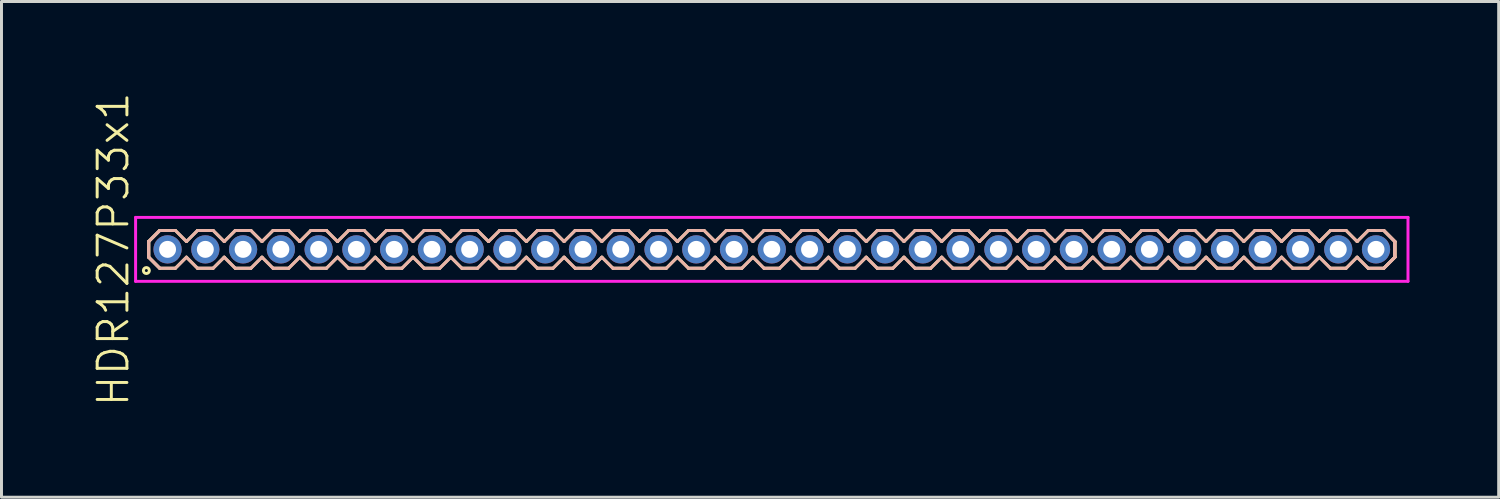
<source format=kicad_pcb>
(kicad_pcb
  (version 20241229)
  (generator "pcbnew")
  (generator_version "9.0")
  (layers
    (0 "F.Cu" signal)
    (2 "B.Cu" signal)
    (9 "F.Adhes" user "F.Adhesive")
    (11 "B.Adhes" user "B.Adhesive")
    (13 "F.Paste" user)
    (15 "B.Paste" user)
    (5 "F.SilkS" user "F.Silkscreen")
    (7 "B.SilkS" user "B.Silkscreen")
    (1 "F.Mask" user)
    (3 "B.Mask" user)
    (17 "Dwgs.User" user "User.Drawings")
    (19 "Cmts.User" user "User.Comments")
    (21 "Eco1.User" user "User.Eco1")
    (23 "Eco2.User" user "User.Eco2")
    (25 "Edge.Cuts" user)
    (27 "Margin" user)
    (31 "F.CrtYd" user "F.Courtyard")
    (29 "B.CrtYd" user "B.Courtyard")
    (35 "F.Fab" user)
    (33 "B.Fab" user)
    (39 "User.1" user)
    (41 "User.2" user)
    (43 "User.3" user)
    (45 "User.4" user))
  (footprint "HDR127P33x1"
    (layer "F.Cu")
    (at 22.905 5.336)
    (property "Reference" "HDR127P33x1" (at -22.145 0 90) (layer "F.SilkS") (effects (font (size 1 1) (thickness 0.1))))
    (attr through_hole)
    (fp_line (start -20.955 -0.263) (end -20.583 -0.635) (stroke (width 0.1) (type solid)) (layer "F.SilkS"))
    (fp_line (start -20.955 -0.263) (end -20.583 -0.635) (stroke (width 0.1) (type solid)) (layer "F.SilkS"))
    (fp_line (start -20.955 0.263) (end -20.955 -0.263) (stroke (width 0.1) (type solid)) (layer "F.SilkS"))
    (fp_line (start -20.955 0.263) (end -20.955 -0.263) (stroke (width 0.1) (type solid)) (layer "F.SilkS"))
    (fp_line (start -20.583 -0.635) (end -20.057 -0.635) (stroke (width 0.1) (type solid)) (layer "F.SilkS"))
    (fp_line (start -20.583 0.635) (end -20.955 0.263) (stroke (width 0.1) (type solid)) (layer "F.SilkS"))
    (fp_line (start -20.583 0.635) (end -20.955 0.263) (stroke (width 0.1) (type solid)) (layer "F.SilkS"))
    (fp_line (start -20.057 -0.635) (end -19.685 -0.263) (stroke (width 0.1) (type solid)) (layer "F.SilkS"))
    (fp_line (start -20.057 0.635) (end -20.583 0.635) (stroke (width 0.1) (type solid)) (layer "F.SilkS"))
    (fp_line (start -19.685 -0.263) (end -19.313 -0.635) (stroke (width 0.1) (type solid)) (layer "F.SilkS"))
    (fp_line (start -19.685 0.263) (end -20.057 0.635) (stroke (width 0.1) (type solid)) (layer "F.SilkS"))
    (fp_line (start -19.313 -0.635) (end -18.787 -0.635) (stroke (width 0.1) (type solid)) (layer "F.SilkS"))
    (fp_line (start -19.313 0.635) (end -19.685 0.263) (stroke (width 0.1) (type solid)) (layer "F.SilkS"))
    (fp_line (start -18.787 -0.635) (end -18.415 -0.263) (stroke (width 0.1) (type solid)) (layer "F.SilkS"))
    (fp_line (start -18.787 0.635) (end -19.313 0.635) (stroke (width 0.1) (type solid)) (layer "F.SilkS"))
    (fp_line (start -18.415 -0.263) (end -18.043 -0.635) (stroke (width 0.1) (type solid)) (layer "F.SilkS"))
    (fp_line (start -18.415 0.263) (end -18.787 0.635) (stroke (width 0.1) (type solid)) (layer "F.SilkS"))
    (fp_line (start -18.043 -0.635) (end -17.517 -0.635) (stroke (width 0.1) (type solid)) (layer "F.SilkS"))
    (fp_line (start -18.043 0.635) (end -18.415 0.263) (stroke (width 0.1) (type solid)) (layer "F.SilkS"))
    (fp_line (start -17.517 -0.635) (end -17.145 -0.263) (stroke (width 0.1) (type solid)) (layer "F.SilkS"))
    (fp_line (start -17.517 0.635) (end -18.043 0.635) (stroke (width 0.1) (type solid)) (layer "F.SilkS"))
    (fp_line (start -17.145 -0.263) (end -16.773 -0.635) (stroke (width 0.1) (type solid)) (layer "F.SilkS"))
    (fp_line (start -17.145 0.263) (end -17.517 0.635) (stroke (width 0.1) (type solid)) (layer "F.SilkS"))
    (fp_line (start -16.773 -0.635) (end -16.247 -0.635) (stroke (width 0.1) (type solid)) (layer "F.SilkS"))
    (fp_line (start -16.773 0.635) (end -17.145 0.263) (stroke (width 0.1) (type solid)) (layer "F.SilkS"))
    (fp_line (start -16.247 -0.635) (end -15.875 -0.263) (stroke (width 0.1) (type solid)) (layer "F.SilkS"))
    (fp_line (start -16.247 0.635) (end -16.773 0.635) (stroke (width 0.1) (type solid)) (layer "F.SilkS"))
    (fp_line (start -15.875 -0.263) (end -15.503 -0.635) (stroke (width 0.1) (type solid)) (layer "F.SilkS"))
    (fp_line (start -15.875 0.263) (end -16.247 0.635) (stroke (width 0.1) (type solid)) (layer "F.SilkS"))
    (fp_line (start -15.503 -0.635) (end -14.977 -0.635) (stroke (width 0.1) (type solid)) (layer "F.SilkS"))
    (fp_line (start -15.503 0.635) (end -15.875 0.263) (stroke (width 0.1) (type solid)) (layer "F.SilkS"))
    (fp_line (start -14.977 -0.635) (end -14.605 -0.263) (stroke (width 0.1) (type solid)) (layer "F.SilkS"))
    (fp_line (start -14.977 0.635) (end -15.503 0.635) (stroke (width 0.1) (type solid)) (layer "F.SilkS"))
    (fp_line (start -14.605 -0.263) (end -14.233 -0.635) (stroke (width 0.1) (type solid)) (layer "F.SilkS"))
    (fp_line (start -14.605 0.263) (end -14.977 0.635) (stroke (width 0.1) (type solid)) (layer "F.SilkS"))
    (fp_line (start -14.233 -0.635) (end -13.707 -0.635) (stroke (width 0.1) (type solid)) (layer "F.SilkS"))
    (fp_line (start -14.233 0.635) (end -14.605 0.263) (stroke (width 0.1) (type solid)) (layer "F.SilkS"))
    (fp_line (start -13.707 -0.635) (end -13.335 -0.263) (stroke (width 0.1) (type solid)) (layer "F.SilkS"))
    (fp_line (start -13.707 0.635) (end -14.233 0.635) (stroke (width 0.1) (type solid)) (layer "F.SilkS"))
    (fp_line (start -13.335 -0.263) (end -12.963 -0.635) (stroke (width 0.1) (type solid)) (layer "F.SilkS"))
    (fp_line (start -13.335 0.263) (end -13.707 0.635) (stroke (width 0.1) (type solid)) (layer "F.SilkS"))
    (fp_line (start -12.963 -0.635) (end -12.437 -0.635) (stroke (width 0.1) (type solid)) (layer "F.SilkS"))
    (fp_line (start -12.963 0.635) (end -13.335 0.263) (stroke (width 0.1) (type solid)) (layer "F.SilkS"))
    (fp_line (start -12.437 -0.635) (end -12.065 -0.263) (stroke (width 0.1) (type solid)) (layer "F.SilkS"))
    (fp_line (start -12.437 0.635) (end -12.963 0.635) (stroke (width 0.1) (type solid)) (layer "F.SilkS"))
    (fp_line (start -12.065 -0.263) (end -11.693 -0.635) (stroke (width 0.1) (type solid)) (layer "F.SilkS"))
    (fp_line (start -12.065 0.263) (end -12.437 0.635) (stroke (width 0.1) (type solid)) (layer "F.SilkS"))
    (fp_line (start -11.693 -0.635) (end -11.167 -0.635) (stroke (width 0.1) (type solid)) (layer "F.SilkS"))
    (fp_line (start -11.693 0.635) (end -12.065 0.263) (stroke (width 0.1) (type solid)) (layer "F.SilkS"))
    (fp_line (start -11.167 -0.635) (end -10.795 -0.263) (stroke (width 0.1) (type solid)) (layer "F.SilkS"))
    (fp_line (start -11.167 0.635) (end -11.693 0.635) (stroke (width 0.1) (type solid)) (layer "F.SilkS"))
    (fp_line (start -10.795 -0.263) (end -10.423 -0.635) (stroke (width 0.1) (type solid)) (layer "F.SilkS"))
    (fp_line (start -10.795 0.263) (end -11.167 0.635) (stroke (width 0.1) (type solid)) (layer "F.SilkS"))
    (fp_line (start -10.423 -0.635) (end -9.897 -0.635) (stroke (width 0.1) (type solid)) (layer "F.SilkS"))
    (fp_line (start -10.423 0.635) (end -10.795 0.263) (stroke (width 0.1) (type solid)) (layer "F.SilkS"))
    (fp_line (start -9.897 -0.635) (end -9.525 -0.263) (stroke (width 0.1) (type solid)) (layer "F.SilkS"))
    (fp_line (start -9.897 0.635) (end -10.423 0.635) (stroke (width 0.1) (type solid)) (layer "F.SilkS"))
    (fp_line (start -9.525 -0.263) (end -9.153 -0.635) (stroke (width 0.1) (type solid)) (layer "F.SilkS"))
    (fp_line (start -9.525 0.263) (end -9.897 0.635) (stroke (width 0.1) (type solid)) (layer "F.SilkS"))
    (fp_line (start -9.153 -0.635) (end -8.627 -0.635) (stroke (width 0.1) (type solid)) (layer "F.SilkS"))
    (fp_line (start -9.153 0.635) (end -9.525 0.263) (stroke (width 0.1) (type solid)) (layer "F.SilkS"))
    (fp_line (start -8.627 -0.635) (end -8.255 -0.263) (stroke (width 0.1) (type solid)) (layer "F.SilkS"))
    (fp_line (start -8.627 0.635) (end -9.153 0.635) (stroke (width 0.1) (type solid)) (layer "F.SilkS"))
    (fp_line (start -8.255 -0.263) (end -7.883 -0.635) (stroke (width 0.1) (type solid)) (layer "F.SilkS"))
    (fp_line (start -8.255 0.263) (end -8.627 0.635) (stroke (width 0.1) (type solid)) (layer "F.SilkS"))
    (fp_line (start -7.883 -0.635) (end -7.357 -0.635) (stroke (width 0.1) (type solid)) (layer "F.SilkS"))
    (fp_line (start -7.883 0.635) (end -8.255 0.263) (stroke (width 0.1) (type solid)) (layer "F.SilkS"))
    (fp_line (start -7.357 -0.635) (end -6.985 -0.263) (stroke (width 0.1) (type solid)) (layer "F.SilkS"))
    (fp_line (start -7.357 0.635) (end -7.883 0.635) (stroke (width 0.1) (type solid)) (layer "F.SilkS"))
    (fp_line (start -6.985 -0.263) (end -6.613 -0.635) (stroke (width 0.1) (type solid)) (layer "F.SilkS"))
    (fp_line (start -6.985 0.263) (end -7.357 0.635) (stroke (width 0.1) (type solid)) (layer "F.SilkS"))
    (fp_line (start -6.613 -0.635) (end -6.087 -0.635) (stroke (width 0.1) (type solid)) (layer "F.SilkS"))
    (fp_line (start -6.613 0.635) (end -6.985 0.263) (stroke (width 0.1) (type solid)) (layer "F.SilkS"))
    (fp_line (start -6.087 -0.635) (end -5.715 -0.263) (stroke (width 0.1) (type solid)) (layer "F.SilkS"))
    (fp_line (start -6.087 0.635) (end -6.613 0.635) (stroke (width 0.1) (type solid)) (layer "F.SilkS"))
    (fp_line (start -5.715 -0.263) (end -5.343 -0.635) (stroke (width 0.1) (type solid)) (layer "F.SilkS"))
    (fp_line (start -5.715 0.263) (end -6.087 0.635) (stroke (width 0.1) (type solid)) (layer "F.SilkS"))
    (fp_line (start -5.343 -0.635) (end -4.817 -0.635) (stroke (width 0.1) (type solid)) (layer "F.SilkS"))
    (fp_line (start -5.343 0.635) (end -5.715 0.263) (stroke (width 0.1) (type solid)) (layer "F.SilkS"))
    (fp_line (start -4.817 -0.635) (end -4.445 -0.263) (stroke (width 0.1) (type solid)) (layer "F.SilkS"))
    (fp_line (start -4.817 0.635) (end -5.343 0.635) (stroke (width 0.1) (type solid)) (layer "F.SilkS"))
    (fp_line (start -4.445 -0.263) (end -4.073 -0.635) (stroke (width 0.1) (type solid)) (layer "F.SilkS"))
    (fp_line (start -4.445 0.263) (end -4.817 0.635) (stroke (width 0.1) (type solid)) (layer "F.SilkS"))
    (fp_line (start -4.073 -0.635) (end -3.547 -0.635) (stroke (width 0.1) (type solid)) (layer "F.SilkS"))
    (fp_line (start -4.073 0.635) (end -4.445 0.263) (stroke (width 0.1) (type solid)) (layer "F.SilkS"))
    (fp_line (start -3.547 -0.635) (end -3.175 -0.263) (stroke (width 0.1) (type solid)) (layer "F.SilkS"))
    (fp_line (start -3.547 0.635) (end -4.073 0.635) (stroke (width 0.1) (type solid)) (layer "F.SilkS"))
    (fp_line (start -3.175 -0.263) (end -2.803 -0.635) (stroke (width 0.1) (type solid)) (layer "F.SilkS"))
    (fp_line (start -3.175 0.263) (end -3.547 0.635) (stroke (width 0.1) (type solid)) (layer "F.SilkS"))
    (fp_line (start -2.803 -0.635) (end -2.277 -0.635) (stroke (width 0.1) (type solid)) (layer "F.SilkS"))
    (fp_line (start -2.803 0.635) (end -3.175 0.263) (stroke (width 0.1) (type solid)) (layer "F.SilkS"))
    (fp_line (start -2.277 -0.635) (end -1.905 -0.263) (stroke (width 0.1) (type solid)) (layer "F.SilkS"))
    (fp_line (start -2.277 0.635) (end -2.803 0.635) (stroke (width 0.1) (type solid)) (layer "F.SilkS"))
    (fp_line (start -1.905 -0.263) (end -1.533 -0.635) (stroke (width 0.1) (type solid)) (layer "F.SilkS"))
    (fp_line (start -1.905 0.263) (end -2.277 0.635) (stroke (width 0.1) (type solid)) (layer "F.SilkS"))
    (fp_line (start -1.533 -0.635) (end -1.007 -0.635) (stroke (width 0.1) (type solid)) (layer "F.SilkS"))
    (fp_line (start -1.533 0.635) (end -1.905 0.263) (stroke (width 0.1) (type solid)) (layer "F.SilkS"))
    (fp_line (start -1.007 -0.635) (end -0.635 -0.263) (stroke (width 0.1) (type solid)) (layer "F.SilkS"))
    (fp_line (start -1.007 0.635) (end -1.533 0.635) (stroke (width 0.1) (type solid)) (layer "F.SilkS"))
    (fp_line (start -0.635 -0.263) (end -0.263 -0.635) (stroke (width 0.1) (type solid)) (layer "F.SilkS"))
    (fp_line (start -0.635 0.263) (end -1.007 0.635) (stroke (width 0.1) (type solid)) (layer "F.SilkS"))
    (fp_line (start -0.263 -0.635) (end 0.263 -0.635) (stroke (width 0.1) (type solid)) (layer "F.SilkS"))
    (fp_line (start -0.263 0.635) (end -0.635 0.263) (stroke (width 0.1) (type solid)) (layer "F.SilkS"))
    (fp_line (start 0.263 -0.635) (end 0.635 -0.263) (stroke (width 0.1) (type solid)) (layer "F.SilkS"))
    (fp_line (start 0.263 0.635) (end -0.263 0.635) (stroke (width 0.1) (type solid)) (layer "F.SilkS"))
    (fp_line (start 0.635 -0.263) (end 1.007 -0.635) (stroke (width 0.1) (type solid)) (layer "F.SilkS"))
    (fp_line (start 0.635 0.263) (end 0.263 0.635) (stroke (width 0.1) (type solid)) (layer "F.SilkS"))
    (fp_line (start 1.007 -0.635) (end 1.533 -0.635) (stroke (width 0.1) (type solid)) (layer "F.SilkS"))
    (fp_line (start 1.007 0.635) (end 0.635 0.263) (stroke (width 0.1) (type solid)) (layer "F.SilkS"))
    (fp_line (start 1.533 -0.635) (end 1.905 -0.263) (stroke (width 0.1) (type solid)) (layer "F.SilkS"))
    (fp_line (start 1.533 0.635) (end 1.007 0.635) (stroke (width 0.1) (type solid)) (layer "F.SilkS"))
    (fp_line (start 1.905 -0.263) (end 2.277 -0.635) (stroke (width 0.1) (type solid)) (layer "F.SilkS"))
    (fp_line (start 1.905 0.263) (end 1.533 0.635) (stroke (width 0.1) (type solid)) (layer "F.SilkS"))
    (fp_line (start 2.277 -0.635) (end 2.803 -0.635) (stroke (width 0.1) (type solid)) (layer "F.SilkS"))
    (fp_line (start 2.277 0.635) (end 1.905 0.263) (stroke (width 0.1) (type solid)) (layer "F.SilkS"))
    (fp_line (start 2.803 -0.635) (end 3.175 -0.263) (stroke (width 0.1) (type solid)) (layer "F.SilkS"))
    (fp_line (start 2.803 0.635) (end 2.277 0.635) (stroke (width 0.1) (type solid)) (layer "F.SilkS"))
    (fp_line (start 3.175 -0.263) (end 3.547 -0.635) (stroke (width 0.1) (type solid)) (layer "F.SilkS"))
    (fp_line (start 3.175 0.263) (end 2.803 0.635) (stroke (width 0.1) (type solid)) (layer "F.SilkS"))
    (fp_line (start 3.547 -0.635) (end 4.073 -0.635) (stroke (width 0.1) (type solid)) (layer "F.SilkS"))
    (fp_line (start 3.547 0.635) (end 3.175 0.263) (stroke (width 0.1) (type solid)) (layer "F.SilkS"))
    (fp_line (start 4.073 -0.635) (end 4.445 -0.263) (stroke (width 0.1) (type solid)) (layer "F.SilkS"))
    (fp_line (start 4.073 0.635) (end 3.547 0.635) (stroke (width 0.1) (type solid)) (layer "F.SilkS"))
    (fp_line (start 4.445 -0.263) (end 4.817 -0.635) (stroke (width 0.1) (type solid)) (layer "F.SilkS"))
    (fp_line (start 4.445 0.263) (end 4.073 0.635) (stroke (width 0.1) (type solid)) (layer "F.SilkS"))
    (fp_line (start 4.817 -0.635) (end 5.343 -0.635) (stroke (width 0.1) (type solid)) (layer "F.SilkS"))
    (fp_line (start 4.817 0.635) (end 4.445 0.263) (stroke (width 0.1) (type solid)) (layer "F.SilkS"))
    (fp_line (start 5.343 -0.635) (end 5.715 -0.263) (stroke (width 0.1) (type solid)) (layer "F.SilkS"))
    (fp_line (start 5.343 0.635) (end 4.817 0.635) (stroke (width 0.1) (type solid)) (layer "F.SilkS"))
    (fp_line (start 5.715 -0.263) (end 6.087 -0.635) (stroke (width 0.1) (type solid)) (layer "F.SilkS"))
    (fp_line (start 5.715 0.263) (end 5.343 0.635) (stroke (width 0.1) (type solid)) (layer "F.SilkS"))
    (fp_line (start 6.087 -0.635) (end 6.613 -0.635) (stroke (width 0.1) (type solid)) (layer "F.SilkS"))
    (fp_line (start 6.087 0.635) (end 5.715 0.263) (stroke (width 0.1) (type solid)) (layer "F.SilkS"))
    (fp_line (start 6.613 -0.635) (end 6.985 -0.263) (stroke (width 0.1) (type solid)) (layer "F.SilkS"))
    (fp_line (start 6.613 0.635) (end 6.087 0.635) (stroke (width 0.1) (type solid)) (layer "F.SilkS"))
    (fp_line (start 6.985 -0.263) (end 7.357 -0.635) (stroke (width 0.1) (type solid)) (layer "F.SilkS"))
    (fp_line (start 6.985 0.263) (end 6.613 0.635) (stroke (width 0.1) (type solid)) (layer "F.SilkS"))
    (fp_line (start 7.357 -0.635) (end 7.883 -0.635) (stroke (width 0.1) (type solid)) (layer "F.SilkS"))
    (fp_line (start 7.357 0.635) (end 6.985 0.263) (stroke (width 0.1) (type solid)) (layer "F.SilkS"))
    (fp_line (start 7.883 -0.635) (end 8.255 -0.263) (stroke (width 0.1) (type solid)) (layer "F.SilkS"))
    (fp_line (start 7.883 0.635) (end 7.357 0.635) (stroke (width 0.1) (type solid)) (layer "F.SilkS"))
    (fp_line (start 8.255 -0.263) (end 8.627 -0.635) (stroke (width 0.1) (type solid)) (layer "F.SilkS"))
    (fp_line (start 8.255 0.263) (end 7.883 0.635) (stroke (width 0.1) (type solid)) (layer "F.SilkS"))
    (fp_line (start 8.627 -0.635) (end 9.153 -0.635) (stroke (width 0.1) (type solid)) (layer "F.SilkS"))
    (fp_line (start 8.627 0.635) (end 8.255 0.263) (stroke (width 0.1) (type solid)) (layer "F.SilkS"))
    (fp_line (start 9.153 -0.635) (end 9.525 -0.263) (stroke (width 0.1) (type solid)) (layer "F.SilkS"))
    (fp_line (start 9.153 0.635) (end 8.627 0.635) (stroke (width 0.1) (type solid)) (layer "F.SilkS"))
    (fp_line (start 9.525 -0.263) (end 9.897 -0.635) (stroke (width 0.1) (type solid)) (layer "F.SilkS"))
    (fp_line (start 9.525 0.263) (end 9.153 0.635) (stroke (width 0.1) (type solid)) (layer "F.SilkS"))
    (fp_line (start 9.897 -0.635) (end 10.423 -0.635) (stroke (width 0.1) (type solid)) (layer "F.SilkS"))
    (fp_line (start 9.897 0.635) (end 9.525 0.263) (stroke (width 0.1) (type solid)) (layer "F.SilkS"))
    (fp_line (start 10.423 -0.635) (end 10.795 -0.263) (stroke (width 0.1) (type solid)) (layer "F.SilkS"))
    (fp_line (start 10.423 0.635) (end 9.897 0.635) (stroke (width 0.1) (type solid)) (layer "F.SilkS"))
    (fp_line (start 10.795 -0.263) (end 11.167 -0.635) (stroke (width 0.1) (type solid)) (layer "F.SilkS"))
    (fp_line (start 10.795 0.263) (end 10.423 0.635) (stroke (width 0.1) (type solid)) (layer "F.SilkS"))
    (fp_line (start 11.167 -0.635) (end 11.693 -0.635) (stroke (width 0.1) (type solid)) (layer "F.SilkS"))
    (fp_line (start 11.167 0.635) (end 10.795 0.263) (stroke (width 0.1) (type solid)) (layer "F.SilkS"))
    (fp_line (start 11.693 -0.635) (end 12.065 -0.263) (stroke (width 0.1) (type solid)) (layer "F.SilkS"))
    (fp_line (start 11.693 0.635) (end 11.167 0.635) (stroke (width 0.1) (type solid)) (layer "F.SilkS"))
    (fp_line (start 12.065 -0.263) (end 12.437 -0.635) (stroke (width 0.1) (type solid)) (layer "F.SilkS"))
    (fp_line (start 12.065 0.263) (end 11.693 0.635) (stroke (width 0.1) (type solid)) (layer "F.SilkS"))
    (fp_line (start 12.437 -0.635) (end 12.963 -0.635) (stroke (width 0.1) (type solid)) (layer "F.SilkS"))
    (fp_line (start 12.437 0.635) (end 12.065 0.263) (stroke (width 0.1) (type solid)) (layer "F.SilkS"))
    (fp_line (start 12.963 -0.635) (end 13.335 -0.263) (stroke (width 0.1) (type solid)) (layer "F.SilkS"))
    (fp_line (start 12.963 0.635) (end 12.437 0.635) (stroke (width 0.1) (type solid)) (layer "F.SilkS"))
    (fp_line (start 13.335 -0.263) (end 13.707 -0.635) (stroke (width 0.1) (type solid)) (layer "F.SilkS"))
    (fp_line (start 13.335 0.263) (end 12.963 0.635) (stroke (width 0.1) (type solid)) (layer "F.SilkS"))
    (fp_line (start 13.707 -0.635) (end 14.233 -0.635) (stroke (width 0.1) (type solid)) (layer "F.SilkS"))
    (fp_line (start 13.707 0.635) (end 13.335 0.263) (stroke (width 0.1) (type solid)) (layer "F.SilkS"))
    (fp_line (start 14.233 -0.635) (end 14.605 -0.263) (stroke (width 0.1) (type solid)) (layer "F.SilkS"))
    (fp_line (start 14.233 0.635) (end 13.707 0.635) (stroke (width 0.1) (type solid)) (layer "F.SilkS"))
    (fp_line (start 14.605 -0.263) (end 14.977 -0.635) (stroke (width 0.1) (type solid)) (layer "F.SilkS"))
    (fp_line (start 14.605 0.263) (end 14.233 0.635) (stroke (width 0.1) (type solid)) (layer "F.SilkS"))
    (fp_line (start 14.977 -0.635) (end 15.503 -0.635) (stroke (width 0.1) (type solid)) (layer "F.SilkS"))
    (fp_line (start 14.977 0.635) (end 14.605 0.263) (stroke (width 0.1) (type solid)) (layer "F.SilkS"))
    (fp_line (start 15.503 -0.635) (end 15.875 -0.263) (stroke (width 0.1) (type solid)) (layer "F.SilkS"))
    (fp_line (start 15.503 0.635) (end 14.977 0.635) (stroke (width 0.1) (type solid)) (layer "F.SilkS"))
    (fp_line (start 15.875 -0.263) (end 16.247 -0.635) (stroke (width 0.1) (type solid)) (layer "F.SilkS"))
    (fp_line (start 15.875 0.263) (end 15.503 0.635) (stroke (width 0.1) (type solid)) (layer "F.SilkS"))
    (fp_line (start 16.247 -0.635) (end 16.773 -0.635) (stroke (width 0.1) (type solid)) (layer "F.SilkS"))
    (fp_line (start 16.247 0.635) (end 15.875 0.263) (stroke (width 0.1) (type solid)) (layer "F.SilkS"))
    (fp_line (start 16.773 -0.635) (end 17.145 -0.263) (stroke (width 0.1) (type solid)) (layer "F.SilkS"))
    (fp_line (start 16.773 0.635) (end 16.247 0.635) (stroke (width 0.1) (type solid)) (layer "F.SilkS"))
    (fp_line (start 17.145 -0.263) (end 17.517 -0.635) (stroke (width 0.1) (type solid)) (layer "F.SilkS"))
    (fp_line (start 17.145 0.263) (end 16.773 0.635) (stroke (width 0.1) (type solid)) (layer "F.SilkS"))
    (fp_line (start 17.517 -0.635) (end 18.043 -0.635) (stroke (width 0.1) (type solid)) (layer "F.SilkS"))
    (fp_line (start 17.517 0.635) (end 17.145 0.263) (stroke (width 0.1) (type solid)) (layer "F.SilkS"))
    (fp_line (start 18.043 -0.635) (end 18.415 -0.263) (stroke (width 0.1) (type solid)) (layer "F.SilkS"))
    (fp_line (start 18.043 0.635) (end 17.517 0.635) (stroke (width 0.1) (type solid)) (layer "F.SilkS"))
    (fp_line (start 18.415 -0.263) (end 18.787 -0.635) (stroke (width 0.1) (type solid)) (layer "F.SilkS"))
    (fp_line (start 18.415 0.263) (end 18.043 0.635) (stroke (width 0.1) (type solid)) (layer "F.SilkS"))
    (fp_line (start 18.787 -0.635) (end 19.313 -0.635) (stroke (width 0.1) (type solid)) (layer "F.SilkS"))
    (fp_line (start 18.787 0.635) (end 18.415 0.263) (stroke (width 0.1) (type solid)) (layer "F.SilkS"))
    (fp_line (start 19.313 -0.635) (end 19.685 -0.263) (stroke (width 0.1) (type solid)) (layer "F.SilkS"))
    (fp_line (start 19.313 0.635) (end 18.787 0.635) (stroke (width 0.1) (type solid)) (layer "F.SilkS"))
    (fp_line (start 19.685 -0.263) (end 20.057 -0.635) (stroke (width 0.1) (type solid)) (layer "F.SilkS"))
    (fp_line (start 19.685 0.263) (end 19.313 0.635) (stroke (width 0.1) (type solid)) (layer "F.SilkS"))
    (fp_line (start 20.057 -0.635) (end 20.583 -0.635) (stroke (width 0.1) (type solid)) (layer "F.SilkS"))
    (fp_line (start 20.057 0.635) (end 19.685 0.263) (stroke (width 0.1) (type solid)) (layer "F.SilkS"))
    (fp_line (start 20.583 -0.635) (end 20.955 -0.263) (stroke (width 0.1) (type solid)) (layer "F.SilkS"))
    (fp_line (start 20.583 -0.635) (end 20.955 -0.263) (stroke (width 0.1) (type solid)) (layer "F.SilkS"))
    (fp_line (start 20.583 0.635) (end 20.057 0.635) (stroke (width 0.1) (type solid)) (layer "F.SilkS"))
    (fp_line (start 20.955 -0.263) (end 20.955 0.263) (stroke (width 0.1) (type solid)) (layer "F.SilkS"))
    (fp_line (start 20.955 -0.263) (end 20.955 0.263) (stroke (width 0.1) (type solid)) (layer "F.SilkS"))
    (fp_line (start 20.955 0.263) (end 20.583 0.635) (stroke (width 0.1) (type solid)) (layer "F.SilkS"))
    (fp_line (start 20.955 0.263) (end 20.583 0.635) (stroke (width 0.1) (type solid)) (layer "F.SilkS"))
    (fp_circle (center -21.033 0.712) (end -20.933 0.712) (stroke (width 0.1) (type solid)) (fill no) (layer "F.SilkS"))
    (fp_line (start -20.955 -0.263) (end -20.583 -0.635) (stroke (width 0.1) (type solid)) (layer "B.SilkS"))
    (fp_line (start -20.955 -0.263) (end -20.583 -0.635) (stroke (width 0.1) (type solid)) (layer "B.SilkS"))
    (fp_line (start -20.955 0.263) (end -20.955 -0.263) (stroke (width 0.1) (type solid)) (layer "B.SilkS"))
    (fp_line (start -20.955 0.263) (end -20.955 -0.263) (stroke (width 0.1) (type solid)) (layer "B.SilkS"))
    (fp_line (start -20.583 -0.635) (end -20.057 -0.635) (stroke (width 0.1) (type solid)) (layer "B.SilkS"))
    (fp_line (start -20.583 0.635) (end -20.955 0.263) (stroke (width 0.1) (type solid)) (layer "B.SilkS"))
    (fp_line (start -20.583 0.635) (end -20.955 0.263) (stroke (width 0.1) (type solid)) (layer "B.SilkS"))
    (fp_line (start -20.057 -0.635) (end -19.685 -0.263) (stroke (width 0.1) (type solid)) (layer "B.SilkS"))
    (fp_line (start -20.057 0.635) (end -20.583 0.635) (stroke (width 0.1) (type solid)) (layer "B.SilkS"))
    (fp_line (start -19.685 -0.263) (end -19.313 -0.635) (stroke (width 0.1) (type solid)) (layer "B.SilkS"))
    (fp_line (start -19.685 0.263) (end -20.057 0.635) (stroke (width 0.1) (type solid)) (layer "B.SilkS"))
    (fp_line (start -19.313 -0.635) (end -18.787 -0.635) (stroke (width 0.1) (type solid)) (layer "B.SilkS"))
    (fp_line (start -19.313 0.635) (end -19.685 0.263) (stroke (width 0.1) (type solid)) (layer "B.SilkS"))
    (fp_line (start -18.787 -0.635) (end -18.415 -0.263) (stroke (width 0.1) (type solid)) (layer "B.SilkS"))
    (fp_line (start -18.787 0.635) (end -19.313 0.635) (stroke (width 0.1) (type solid)) (layer "B.SilkS"))
    (fp_line (start -18.415 -0.263) (end -18.043 -0.635) (stroke (width 0.1) (type solid)) (layer "B.SilkS"))
    (fp_line (start -18.415 0.263) (end -18.787 0.635) (stroke (width 0.1) (type solid)) (layer "B.SilkS"))
    (fp_line (start -18.043 -0.635) (end -17.517 -0.635) (stroke (width 0.1) (type solid)) (layer "B.SilkS"))
    (fp_line (start -18.043 0.635) (end -18.415 0.263) (stroke (width 0.1) (type solid)) (layer "B.SilkS"))
    (fp_line (start -17.517 -0.635) (end -17.145 -0.263) (stroke (width 0.1) (type solid)) (layer "B.SilkS"))
    (fp_line (start -17.517 0.635) (end -18.043 0.635) (stroke (width 0.1) (type solid)) (layer "B.SilkS"))
    (fp_line (start -17.145 -0.263) (end -16.773 -0.635) (stroke (width 0.1) (type solid)) (layer "B.SilkS"))
    (fp_line (start -17.145 0.263) (end -17.517 0.635) (stroke (width 0.1) (type solid)) (layer "B.SilkS"))
    (fp_line (start -16.773 -0.635) (end -16.247 -0.635) (stroke (width 0.1) (type solid)) (layer "B.SilkS"))
    (fp_line (start -16.773 0.635) (end -17.145 0.263) (stroke (width 0.1) (type solid)) (layer "B.SilkS"))
    (fp_line (start -16.247 -0.635) (end -15.875 -0.263) (stroke (width 0.1) (type solid)) (layer "B.SilkS"))
    (fp_line (start -16.247 0.635) (end -16.773 0.635) (stroke (width 0.1) (type solid)) (layer "B.SilkS"))
    (fp_line (start -15.875 -0.263) (end -15.503 -0.635) (stroke (width 0.1) (type solid)) (layer "B.SilkS"))
    (fp_line (start -15.875 0.263) (end -16.247 0.635) (stroke (width 0.1) (type solid)) (layer "B.SilkS"))
    (fp_line (start -15.503 -0.635) (end -14.977 -0.635) (stroke (width 0.1) (type solid)) (layer "B.SilkS"))
    (fp_line (start -15.503 0.635) (end -15.875 0.263) (stroke (width 0.1) (type solid)) (layer "B.SilkS"))
    (fp_line (start -14.977 -0.635) (end -14.605 -0.263) (stroke (width 0.1) (type solid)) (layer "B.SilkS"))
    (fp_line (start -14.977 0.635) (end -15.503 0.635) (stroke (width 0.1) (type solid)) (layer "B.SilkS"))
    (fp_line (start -14.605 -0.263) (end -14.233 -0.635) (stroke (width 0.1) (type solid)) (layer "B.SilkS"))
    (fp_line (start -14.605 0.263) (end -14.977 0.635) (stroke (width 0.1) (type solid)) (layer "B.SilkS"))
    (fp_line (start -14.233 -0.635) (end -13.707 -0.635) (stroke (width 0.1) (type solid)) (layer "B.SilkS"))
    (fp_line (start -14.233 0.635) (end -14.605 0.263) (stroke (width 0.1) (type solid)) (layer "B.SilkS"))
    (fp_line (start -13.707 -0.635) (end -13.335 -0.263) (stroke (width 0.1) (type solid)) (layer "B.SilkS"))
    (fp_line (start -13.707 0.635) (end -14.233 0.635) (stroke (width 0.1) (type solid)) (layer "B.SilkS"))
    (fp_line (start -13.335 -0.263) (end -12.963 -0.635) (stroke (width 0.1) (type solid)) (layer "B.SilkS"))
    (fp_line (start -13.335 0.263) (end -13.707 0.635) (stroke (width 0.1) (type solid)) (layer "B.SilkS"))
    (fp_line (start -12.963 -0.635) (end -12.437 -0.635) (stroke (width 0.1) (type solid)) (layer "B.SilkS"))
    (fp_line (start -12.963 0.635) (end -13.335 0.263) (stroke (width 0.1) (type solid)) (layer "B.SilkS"))
    (fp_line (start -12.437 -0.635) (end -12.065 -0.263) (stroke (width 0.1) (type solid)) (layer "B.SilkS"))
    (fp_line (start -12.437 0.635) (end -12.963 0.635) (stroke (width 0.1) (type solid)) (layer "B.SilkS"))
    (fp_line (start -12.065 -0.263) (end -11.693 -0.635) (stroke (width 0.1) (type solid)) (layer "B.SilkS"))
    (fp_line (start -12.065 0.263) (end -12.437 0.635) (stroke (width 0.1) (type solid)) (layer "B.SilkS"))
    (fp_line (start -11.693 -0.635) (end -11.167 -0.635) (stroke (width 0.1) (type solid)) (layer "B.SilkS"))
    (fp_line (start -11.693 0.635) (end -12.065 0.263) (stroke (width 0.1) (type solid)) (layer "B.SilkS"))
    (fp_line (start -11.167 -0.635) (end -10.795 -0.263) (stroke (width 0.1) (type solid)) (layer "B.SilkS"))
    (fp_line (start -11.167 0.635) (end -11.693 0.635) (stroke (width 0.1) (type solid)) (layer "B.SilkS"))
    (fp_line (start -10.795 -0.263) (end -10.423 -0.635) (stroke (width 0.1) (type solid)) (layer "B.SilkS"))
    (fp_line (start -10.795 0.263) (end -11.167 0.635) (stroke (width 0.1) (type solid)) (layer "B.SilkS"))
    (fp_line (start -10.423 -0.635) (end -9.897 -0.635) (stroke (width 0.1) (type solid)) (layer "B.SilkS"))
    (fp_line (start -10.423 0.635) (end -10.795 0.263) (stroke (width 0.1) (type solid)) (layer "B.SilkS"))
    (fp_line (start -9.897 -0.635) (end -9.525 -0.263) (stroke (width 0.1) (type solid)) (layer "B.SilkS"))
    (fp_line (start -9.897 0.635) (end -10.423 0.635) (stroke (width 0.1) (type solid)) (layer "B.SilkS"))
    (fp_line (start -9.525 -0.263) (end -9.153 -0.635) (stroke (width 0.1) (type solid)) (layer "B.SilkS"))
    (fp_line (start -9.525 0.263) (end -9.897 0.635) (stroke (width 0.1) (type solid)) (layer "B.SilkS"))
    (fp_line (start -9.153 -0.635) (end -8.627 -0.635) (stroke (width 0.1) (type solid)) (layer "B.SilkS"))
    (fp_line (start -9.153 0.635) (end -9.525 0.263) (stroke (width 0.1) (type solid)) (layer "B.SilkS"))
    (fp_line (start -8.627 -0.635) (end -8.255 -0.263) (stroke (width 0.1) (type solid)) (layer "B.SilkS"))
    (fp_line (start -8.627 0.635) (end -9.153 0.635) (stroke (width 0.1) (type solid)) (layer "B.SilkS"))
    (fp_line (start -8.255 -0.263) (end -7.883 -0.635) (stroke (width 0.1) (type solid)) (layer "B.SilkS"))
    (fp_line (start -8.255 0.263) (end -8.627 0.635) (stroke (width 0.1) (type solid)) (layer "B.SilkS"))
    (fp_line (start -7.883 -0.635) (end -7.357 -0.635) (stroke (width 0.1) (type solid)) (layer "B.SilkS"))
    (fp_line (start -7.883 0.635) (end -8.255 0.263) (stroke (width 0.1) (type solid)) (layer "B.SilkS"))
    (fp_line (start -7.357 -0.635) (end -6.985 -0.263) (stroke (width 0.1) (type solid)) (layer "B.SilkS"))
    (fp_line (start -7.357 0.635) (end -7.883 0.635) (stroke (width 0.1) (type solid)) (layer "B.SilkS"))
    (fp_line (start -6.985 -0.263) (end -6.613 -0.635) (stroke (width 0.1) (type solid)) (layer "B.SilkS"))
    (fp_line (start -6.985 0.263) (end -7.357 0.635) (stroke (width 0.1) (type solid)) (layer "B.SilkS"))
    (fp_line (start -6.613 -0.635) (end -6.087 -0.635) (stroke (width 0.1) (type solid)) (layer "B.SilkS"))
    (fp_line (start -6.613 0.635) (end -6.985 0.263) (stroke (width 0.1) (type solid)) (layer "B.SilkS"))
    (fp_line (start -6.087 -0.635) (end -5.715 -0.263) (stroke (width 0.1) (type solid)) (layer "B.SilkS"))
    (fp_line (start -6.087 0.635) (end -6.613 0.635) (stroke (width 0.1) (type solid)) (layer "B.SilkS"))
    (fp_line (start -5.715 -0.263) (end -5.343 -0.635) (stroke (width 0.1) (type solid)) (layer "B.SilkS"))
    (fp_line (start -5.715 0.263) (end -6.087 0.635) (stroke (width 0.1) (type solid)) (layer "B.SilkS"))
    (fp_line (start -5.343 -0.635) (end -4.817 -0.635) (stroke (width 0.1) (type solid)) (layer "B.SilkS"))
    (fp_line (start -5.343 0.635) (end -5.715 0.263) (stroke (width 0.1) (type solid)) (layer "B.SilkS"))
    (fp_line (start -4.817 -0.635) (end -4.445 -0.263) (stroke (width 0.1) (type solid)) (layer "B.SilkS"))
    (fp_line (start -4.817 0.635) (end -5.343 0.635) (stroke (width 0.1) (type solid)) (layer "B.SilkS"))
    (fp_line (start -4.445 -0.263) (end -4.073 -0.635) (stroke (width 0.1) (type solid)) (layer "B.SilkS"))
    (fp_line (start -4.445 0.263) (end -4.817 0.635) (stroke (width 0.1) (type solid)) (layer "B.SilkS"))
    (fp_line (start -4.073 -0.635) (end -3.547 -0.635) (stroke (width 0.1) (type solid)) (layer "B.SilkS"))
    (fp_line (start -4.073 0.635) (end -4.445 0.263) (stroke (width 0.1) (type solid)) (layer "B.SilkS"))
    (fp_line (start -3.547 -0.635) (end -3.175 -0.263) (stroke (width 0.1) (type solid)) (layer "B.SilkS"))
    (fp_line (start -3.547 0.635) (end -4.073 0.635) (stroke (width 0.1) (type solid)) (layer "B.SilkS"))
    (fp_line (start -3.175 -0.263) (end -2.803 -0.635) (stroke (width 0.1) (type solid)) (layer "B.SilkS"))
    (fp_line (start -3.175 0.263) (end -3.547 0.635) (stroke (width 0.1) (type solid)) (layer "B.SilkS"))
    (fp_line (start -2.803 -0.635) (end -2.277 -0.635) (stroke (width 0.1) (type solid)) (layer "B.SilkS"))
    (fp_line (start -2.803 0.635) (end -3.175 0.263) (stroke (width 0.1) (type solid)) (layer "B.SilkS"))
    (fp_line (start -2.277 -0.635) (end -1.905 -0.263) (stroke (width 0.1) (type solid)) (layer "B.SilkS"))
    (fp_line (start -2.277 0.635) (end -2.803 0.635) (stroke (width 0.1) (type solid)) (layer "B.SilkS"))
    (fp_line (start -1.905 -0.263) (end -1.533 -0.635) (stroke (width 0.1) (type solid)) (layer "B.SilkS"))
    (fp_line (start -1.905 0.263) (end -2.277 0.635) (stroke (width 0.1) (type solid)) (layer "B.SilkS"))
    (fp_line (start -1.533 -0.635) (end -1.007 -0.635) (stroke (width 0.1) (type solid)) (layer "B.SilkS"))
    (fp_line (start -1.533 0.635) (end -1.905 0.263) (stroke (width 0.1) (type solid)) (layer "B.SilkS"))
    (fp_line (start -1.007 -0.635) (end -0.635 -0.263) (stroke (width 0.1) (type solid)) (layer "B.SilkS"))
    (fp_line (start -1.007 0.635) (end -1.533 0.635) (stroke (width 0.1) (type solid)) (layer "B.SilkS"))
    (fp_line (start -0.635 -0.263) (end -0.263 -0.635) (stroke (width 0.1) (type solid)) (layer "B.SilkS"))
    (fp_line (start -0.635 0.263) (end -1.007 0.635) (stroke (width 0.1) (type solid)) (layer "B.SilkS"))
    (fp_line (start -0.263 -0.635) (end 0.263 -0.635) (stroke (width 0.1) (type solid)) (layer "B.SilkS"))
    (fp_line (start -0.263 0.635) (end -0.635 0.263) (stroke (width 0.1) (type solid)) (layer "B.SilkS"))
    (fp_line (start 0.263 -0.635) (end 0.635 -0.263) (stroke (width 0.1) (type solid)) (layer "B.SilkS"))
    (fp_line (start 0.263 0.635) (end -0.263 0.635) (stroke (width 0.1) (type solid)) (layer "B.SilkS"))
    (fp_line (start 0.635 -0.263) (end 1.007 -0.635) (stroke (width 0.1) (type solid)) (layer "B.SilkS"))
    (fp_line (start 0.635 0.263) (end 0.263 0.635) (stroke (width 0.1) (type solid)) (layer "B.SilkS"))
    (fp_line (start 1.007 -0.635) (end 1.533 -0.635) (stroke (width 0.1) (type solid)) (layer "B.SilkS"))
    (fp_line (start 1.007 0.635) (end 0.635 0.263) (stroke (width 0.1) (type solid)) (layer "B.SilkS"))
    (fp_line (start 1.533 -0.635) (end 1.905 -0.263) (stroke (width 0.1) (type solid)) (layer "B.SilkS"))
    (fp_line (start 1.533 0.635) (end 1.007 0.635) (stroke (width 0.1) (type solid)) (layer "B.SilkS"))
    (fp_line (start 1.905 -0.263) (end 2.277 -0.635) (stroke (width 0.1) (type solid)) (layer "B.SilkS"))
    (fp_line (start 1.905 0.263) (end 1.533 0.635) (stroke (width 0.1) (type solid)) (layer "B.SilkS"))
    (fp_line (start 2.277 -0.635) (end 2.803 -0.635) (stroke (width 0.1) (type solid)) (layer "B.SilkS"))
    (fp_line (start 2.277 0.635) (end 1.905 0.263) (stroke (width 0.1) (type solid)) (layer "B.SilkS"))
    (fp_line (start 2.803 -0.635) (end 3.175 -0.263) (stroke (width 0.1) (type solid)) (layer "B.SilkS"))
    (fp_line (start 2.803 0.635) (end 2.277 0.635) (stroke (width 0.1) (type solid)) (layer "B.SilkS"))
    (fp_line (start 3.175 -0.263) (end 3.547 -0.635) (stroke (width 0.1) (type solid)) (layer "B.SilkS"))
    (fp_line (start 3.175 0.263) (end 2.803 0.635) (stroke (width 0.1) (type solid)) (layer "B.SilkS"))
    (fp_line (start 3.547 -0.635) (end 4.073 -0.635) (stroke (width 0.1) (type solid)) (layer "B.SilkS"))
    (fp_line (start 3.547 0.635) (end 3.175 0.263) (stroke (width 0.1) (type solid)) (layer "B.SilkS"))
    (fp_line (start 4.073 -0.635) (end 4.445 -0.263) (stroke (width 0.1) (type solid)) (layer "B.SilkS"))
    (fp_line (start 4.073 0.635) (end 3.547 0.635) (stroke (width 0.1) (type solid)) (layer "B.SilkS"))
    (fp_line (start 4.445 -0.263) (end 4.817 -0.635) (stroke (width 0.1) (type solid)) (layer "B.SilkS"))
    (fp_line (start 4.445 0.263) (end 4.073 0.635) (stroke (width 0.1) (type solid)) (layer "B.SilkS"))
    (fp_line (start 4.817 -0.635) (end 5.343 -0.635) (stroke (width 0.1) (type solid)) (layer "B.SilkS"))
    (fp_line (start 4.817 0.635) (end 4.445 0.263) (stroke (width 0.1) (type solid)) (layer "B.SilkS"))
    (fp_line (start 5.343 -0.635) (end 5.715 -0.263) (stroke (width 0.1) (type solid)) (layer "B.SilkS"))
    (fp_line (start 5.343 0.635) (end 4.817 0.635) (stroke (width 0.1) (type solid)) (layer "B.SilkS"))
    (fp_line (start 5.715 -0.263) (end 6.087 -0.635) (stroke (width 0.1) (type solid)) (layer "B.SilkS"))
    (fp_line (start 5.715 0.263) (end 5.343 0.635) (stroke (width 0.1) (type solid)) (layer "B.SilkS"))
    (fp_line (start 6.087 -0.635) (end 6.613 -0.635) (stroke (width 0.1) (type solid)) (layer "B.SilkS"))
    (fp_line (start 6.087 0.635) (end 5.715 0.263) (stroke (width 0.1) (type solid)) (layer "B.SilkS"))
    (fp_line (start 6.613 -0.635) (end 6.985 -0.263) (stroke (width 0.1) (type solid)) (layer "B.SilkS"))
    (fp_line (start 6.613 0.635) (end 6.087 0.635) (stroke (width 0.1) (type solid)) (layer "B.SilkS"))
    (fp_line (start 6.985 -0.263) (end 7.357 -0.635) (stroke (width 0.1) (type solid)) (layer "B.SilkS"))
    (fp_line (start 6.985 0.263) (end 6.613 0.635) (stroke (width 0.1) (type solid)) (layer "B.SilkS"))
    (fp_line (start 7.357 -0.635) (end 7.883 -0.635) (stroke (width 0.1) (type solid)) (layer "B.SilkS"))
    (fp_line (start 7.357 0.635) (end 6.985 0.263) (stroke (width 0.1) (type solid)) (layer "B.SilkS"))
    (fp_line (start 7.883 -0.635) (end 8.255 -0.263) (stroke (width 0.1) (type solid)) (layer "B.SilkS"))
    (fp_line (start 7.883 0.635) (end 7.357 0.635) (stroke (width 0.1) (type solid)) (layer "B.SilkS"))
    (fp_line (start 8.255 -0.263) (end 8.627 -0.635) (stroke (width 0.1) (type solid)) (layer "B.SilkS"))
    (fp_line (start 8.255 0.263) (end 7.883 0.635) (stroke (width 0.1) (type solid)) (layer "B.SilkS"))
    (fp_line (start 8.627 -0.635) (end 9.153 -0.635) (stroke (width 0.1) (type solid)) (layer "B.SilkS"))
    (fp_line (start 8.627 0.635) (end 8.255 0.263) (stroke (width 0.1) (type solid)) (layer "B.SilkS"))
    (fp_line (start 9.153 -0.635) (end 9.525 -0.263) (stroke (width 0.1) (type solid)) (layer "B.SilkS"))
    (fp_line (start 9.153 0.635) (end 8.627 0.635) (stroke (width 0.1) (type solid)) (layer "B.SilkS"))
    (fp_line (start 9.525 -0.263) (end 9.897 -0.635) (stroke (width 0.1) (type solid)) (layer "B.SilkS"))
    (fp_line (start 9.525 0.263) (end 9.153 0.635) (stroke (width 0.1) (type solid)) (layer "B.SilkS"))
    (fp_line (start 9.897 -0.635) (end 10.423 -0.635) (stroke (width 0.1) (type solid)) (layer "B.SilkS"))
    (fp_line (start 9.897 0.635) (end 9.525 0.263) (stroke (width 0.1) (type solid)) (layer "B.SilkS"))
    (fp_line (start 10.423 -0.635) (end 10.795 -0.263) (stroke (width 0.1) (type solid)) (layer "B.SilkS"))
    (fp_line (start 10.423 0.635) (end 9.897 0.635) (stroke (width 0.1) (type solid)) (layer "B.SilkS"))
    (fp_line (start 10.795 -0.263) (end 11.167 -0.635) (stroke (width 0.1) (type solid)) (layer "B.SilkS"))
    (fp_line (start 10.795 0.263) (end 10.423 0.635) (stroke (width 0.1) (type solid)) (layer "B.SilkS"))
    (fp_line (start 11.167 -0.635) (end 11.693 -0.635) (stroke (width 0.1) (type solid)) (layer "B.SilkS"))
    (fp_line (start 11.167 0.635) (end 10.795 0.263) (stroke (width 0.1) (type solid)) (layer "B.SilkS"))
    (fp_line (start 11.693 -0.635) (end 12.065 -0.263) (stroke (width 0.1) (type solid)) (layer "B.SilkS"))
    (fp_line (start 11.693 0.635) (end 11.167 0.635) (stroke (width 0.1) (type solid)) (layer "B.SilkS"))
    (fp_line (start 12.065 -0.263) (end 12.437 -0.635) (stroke (width 0.1) (type solid)) (layer "B.SilkS"))
    (fp_line (start 12.065 0.263) (end 11.693 0.635) (stroke (width 0.1) (type solid)) (layer "B.SilkS"))
    (fp_line (start 12.437 -0.635) (end 12.963 -0.635) (stroke (width 0.1) (type solid)) (layer "B.SilkS"))
    (fp_line (start 12.437 0.635) (end 12.065 0.263) (stroke (width 0.1) (type solid)) (layer "B.SilkS"))
    (fp_line (start 12.963 -0.635) (end 13.335 -0.263) (stroke (width 0.1) (type solid)) (layer "B.SilkS"))
    (fp_line (start 12.963 0.635) (end 12.437 0.635) (stroke (width 0.1) (type solid)) (layer "B.SilkS"))
    (fp_line (start 13.335 -0.263) (end 13.707 -0.635) (stroke (width 0.1) (type solid)) (layer "B.SilkS"))
    (fp_line (start 13.335 0.263) (end 12.963 0.635) (stroke (width 0.1) (type solid)) (layer "B.SilkS"))
    (fp_line (start 13.707 -0.635) (end 14.233 -0.635) (stroke (width 0.1) (type solid)) (layer "B.SilkS"))
    (fp_line (start 13.707 0.635) (end 13.335 0.263) (stroke (width 0.1) (type solid)) (layer "B.SilkS"))
    (fp_line (start 14.233 -0.635) (end 14.605 -0.263) (stroke (width 0.1) (type solid)) (layer "B.SilkS"))
    (fp_line (start 14.233 0.635) (end 13.707 0.635) (stroke (width 0.1) (type solid)) (layer "B.SilkS"))
    (fp_line (start 14.605 -0.263) (end 14.977 -0.635) (stroke (width 0.1) (type solid)) (layer "B.SilkS"))
    (fp_line (start 14.605 0.263) (end 14.233 0.635) (stroke (width 0.1) (type solid)) (layer "B.SilkS"))
    (fp_line (start 14.977 -0.635) (end 15.503 -0.635) (stroke (width 0.1) (type solid)) (layer "B.SilkS"))
    (fp_line (start 14.977 0.635) (end 14.605 0.263) (stroke (width 0.1) (type solid)) (layer "B.SilkS"))
    (fp_line (start 15.503 -0.635) (end 15.875 -0.263) (stroke (width 0.1) (type solid)) (layer "B.SilkS"))
    (fp_line (start 15.503 0.635) (end 14.977 0.635) (stroke (width 0.1) (type solid)) (layer "B.SilkS"))
    (fp_line (start 15.875 -0.263) (end 16.247 -0.635) (stroke (width 0.1) (type solid)) (layer "B.SilkS"))
    (fp_line (start 15.875 0.263) (end 15.503 0.635) (stroke (width 0.1) (type solid)) (layer "B.SilkS"))
    (fp_line (start 16.247 -0.635) (end 16.773 -0.635) (stroke (width 0.1) (type solid)) (layer "B.SilkS"))
    (fp_line (start 16.247 0.635) (end 15.875 0.263) (stroke (width 0.1) (type solid)) (layer "B.SilkS"))
    (fp_line (start 16.773 -0.635) (end 17.145 -0.263) (stroke (width 0.1) (type solid)) (layer "B.SilkS"))
    (fp_line (start 16.773 0.635) (end 16.247 0.635) (stroke (width 0.1) (type solid)) (layer "B.SilkS"))
    (fp_line (start 17.145 -0.263) (end 17.517 -0.635) (stroke (width 0.1) (type solid)) (layer "B.SilkS"))
    (fp_line (start 17.145 0.263) (end 16.773 0.635) (stroke (width 0.1) (type solid)) (layer "B.SilkS"))
    (fp_line (start 17.517 -0.635) (end 18.043 -0.635) (stroke (width 0.1) (type solid)) (layer "B.SilkS"))
    (fp_line (start 17.517 0.635) (end 17.145 0.263) (stroke (width 0.1) (type solid)) (layer "B.SilkS"))
    (fp_line (start 18.043 -0.635) (end 18.415 -0.263) (stroke (width 0.1) (type solid)) (layer "B.SilkS"))
    (fp_line (start 18.043 0.635) (end 17.517 0.635) (stroke (width 0.1) (type solid)) (layer "B.SilkS"))
    (fp_line (start 18.415 -0.263) (end 18.787 -0.635) (stroke (width 0.1) (type solid)) (layer "B.SilkS"))
    (fp_line (start 18.415 0.263) (end 18.043 0.635) (stroke (width 0.1) (type solid)) (layer "B.SilkS"))
    (fp_line (start 18.787 -0.635) (end 19.313 -0.635) (stroke (width 0.1) (type solid)) (layer "B.SilkS"))
    (fp_line (start 18.787 0.635) (end 18.415 0.263) (stroke (width 0.1) (type solid)) (layer "B.SilkS"))
    (fp_line (start 19.313 -0.635) (end 19.685 -0.263) (stroke (width 0.1) (type solid)) (layer "B.SilkS"))
    (fp_line (start 19.313 0.635) (end 18.787 0.635) (stroke (width 0.1) (type solid)) (layer "B.SilkS"))
    (fp_line (start 19.685 -0.263) (end 20.057 -0.635) (stroke (width 0.1) (type solid)) (layer "B.SilkS"))
    (fp_line (start 19.685 0.263) (end 19.313 0.635) (stroke (width 0.1) (type solid)) (layer "B.SilkS"))
    (fp_line (start 20.057 -0.635) (end 20.583 -0.635) (stroke (width 0.1) (type solid)) (layer "B.SilkS"))
    (fp_line (start 20.057 0.635) (end 19.685 0.263) (stroke (width 0.1) (type solid)) (layer "B.SilkS"))
    (fp_line (start 20.583 -0.635) (end 20.955 -0.263) (stroke (width 0.1) (type solid)) (layer "B.SilkS"))
    (fp_line (start 20.583 -0.635) (end 20.955 -0.263) (stroke (width 0.1) (type solid)) (layer "B.SilkS"))
    (fp_line (start 20.583 0.635) (end 20.057 0.635) (stroke (width 0.1) (type solid)) (layer "B.SilkS"))
    (fp_line (start 20.955 -0.263) (end 20.955 0.263) (stroke (width 0.1) (type solid)) (layer "B.SilkS"))
    (fp_line (start 20.955 -0.263) (end 20.955 0.263) (stroke (width 0.1) (type solid)) (layer "B.SilkS"))
    (fp_line (start 20.955 0.263) (end 20.583 0.635) (stroke (width 0.1) (type solid)) (layer "B.SilkS"))
    (fp_line (start 20.955 0.263) (end 20.583 0.635) (stroke (width 0.1) (type solid)) (layer "B.SilkS"))
    (fp_line (start -21.395 -1.075) (end -21.395 1.075) (stroke (width 0.1) (type solid)) (layer "F.CrtYd"))
    (fp_line (start -21.395 1.075) (end 21.395 1.075) (stroke (width 0.1) (type solid)) (layer "F.CrtYd"))
    (fp_line (start 21.395 -1.075) (end -21.395 -1.075) (stroke (width 0.1) (type solid)) (layer "F.CrtYd"))
    (fp_line (start 21.395 1.075) (end 21.395 -1.075) (stroke (width 0.1) (type solid)) (layer "F.CrtYd"))
    (pad "1" thru_hole oval (at -20.32 0) (size 0.95 0.95) (drill 0.57) (layers "*.Cu" "*.Mask"))
    (pad "2" thru_hole oval (at -19.05 0) (size 0.95 0.95) (drill 0.57) (layers "*.Cu" "*.Mask"))
    (pad "3" thru_hole oval (at -17.78 0) (size 0.95 0.95) (drill 0.57) (layers "*.Cu" "*.Mask"))
    (pad "4" thru_hole oval (at -16.51 0) (size 0.95 0.95) (drill 0.57) (layers "*.Cu" "*.Mask"))
    (pad "5" thru_hole oval (at -15.24 0) (size 0.95 0.95) (drill 0.57) (layers "*.Cu" "*.Mask"))
    (pad "6" thru_hole oval (at -13.97 0) (size 0.95 0.95) (drill 0.57) (layers "*.Cu" "*.Mask"))
    (pad "7" thru_hole oval (at -12.7 0) (size 0.95 0.95) (drill 0.57) (layers "*.Cu" "*.Mask"))
    (pad "8" thru_hole oval (at -11.43 0) (size 0.95 0.95) (drill 0.57) (layers "*.Cu" "*.Mask"))
    (pad "9" thru_hole oval (at -10.16 0) (size 0.95 0.95) (drill 0.57) (layers "*.Cu" "*.Mask"))
    (pad "10" thru_hole oval (at -8.89 0) (size 0.95 0.95) (drill 0.57) (layers "*.Cu" "*.Mask"))
    (pad "11" thru_hole oval (at -7.62 0) (size 0.95 0.95) (drill 0.57) (layers "*.Cu" "*.Mask"))
    (pad "12" thru_hole oval (at -6.35 0) (size 0.95 0.95) (drill 0.57) (layers "*.Cu" "*.Mask"))
    (pad "13" thru_hole oval (at -5.08 0) (size 0.95 0.95) (drill 0.57) (layers "*.Cu" "*.Mask"))
    (pad "14" thru_hole oval (at -3.81 0) (size 0.95 0.95) (drill 0.57) (layers "*.Cu" "*.Mask"))
    (pad "15" thru_hole oval (at -2.54 0) (size 0.95 0.95) (drill 0.57) (layers "*.Cu" "*.Mask"))
    (pad "16" thru_hole oval (at -1.27 0) (size 0.95 0.95) (drill 0.57) (layers "*.Cu" "*.Mask"))
    (pad "17" thru_hole oval (at 0 0) (size 0.95 0.95) (drill 0.57) (layers "*.Cu" "*.Mask"))
    (pad "18" thru_hole oval (at 1.27 0) (size 0.95 0.95) (drill 0.57) (layers "*.Cu" "*.Mask"))
    (pad "19" thru_hole oval (at 2.54 0) (size 0.95 0.95) (drill 0.57) (layers "*.Cu" "*.Mask"))
    (pad "20" thru_hole oval (at 3.81 0) (size 0.95 0.95) (drill 0.57) (layers "*.Cu" "*.Mask"))
    (pad "21" thru_hole oval (at 5.08 0) (size 0.95 0.95) (drill 0.57) (layers "*.Cu" "*.Mask"))
    (pad "22" thru_hole oval (at 6.35 0) (size 0.95 0.95) (drill 0.57) (layers "*.Cu" "*.Mask"))
    (pad "23" thru_hole oval (at 7.62 0) (size 0.95 0.95) (drill 0.57) (layers "*.Cu" "*.Mask"))
    (pad "24" thru_hole oval (at 8.89 0) (size 0.95 0.95) (drill 0.57) (layers "*.Cu" "*.Mask"))
    (pad "25" thru_hole oval (at 10.16 0) (size 0.95 0.95) (drill 0.57) (layers "*.Cu" "*.Mask"))
    (pad "26" thru_hole oval (at 11.43 0) (size 0.95 0.95) (drill 0.57) (layers "*.Cu" "*.Mask"))
    (pad "27" thru_hole oval (at 12.7 0) (size 0.95 0.95) (drill 0.57) (layers "*.Cu" "*.Mask"))
    (pad "28" thru_hole oval (at 13.97 0) (size 0.95 0.95) (drill 0.57) (layers "*.Cu" "*.Mask"))
    (pad "29" thru_hole oval (at 15.24 0) (size 0.95 0.95) (drill 0.57) (layers "*.Cu" "*.Mask"))
    (pad "30" thru_hole oval (at 16.51 0) (size 0.95 0.95) (drill 0.57) (layers "*.Cu" "*.Mask"))
    (pad "31" thru_hole oval (at 17.78 0) (size 0.95 0.95) (drill 0.57) (layers "*.Cu" "*.Mask"))
    (pad "32" thru_hole oval (at 19.05 0) (size 0.95 0.95) (drill 0.57) (layers "*.Cu" "*.Mask"))
    (pad "33" thru_hole oval (at 20.32 0) (size 0.95 0.95) (drill 0.57) (layers "*.Cu" "*.Mask")))
  (gr_rect
    (start -3 -3)
    (end 47.35 13.671)
    (stroke (width 0.1) (type default))
    (fill no)
    (layer "Edge.Cuts")))
</source>
